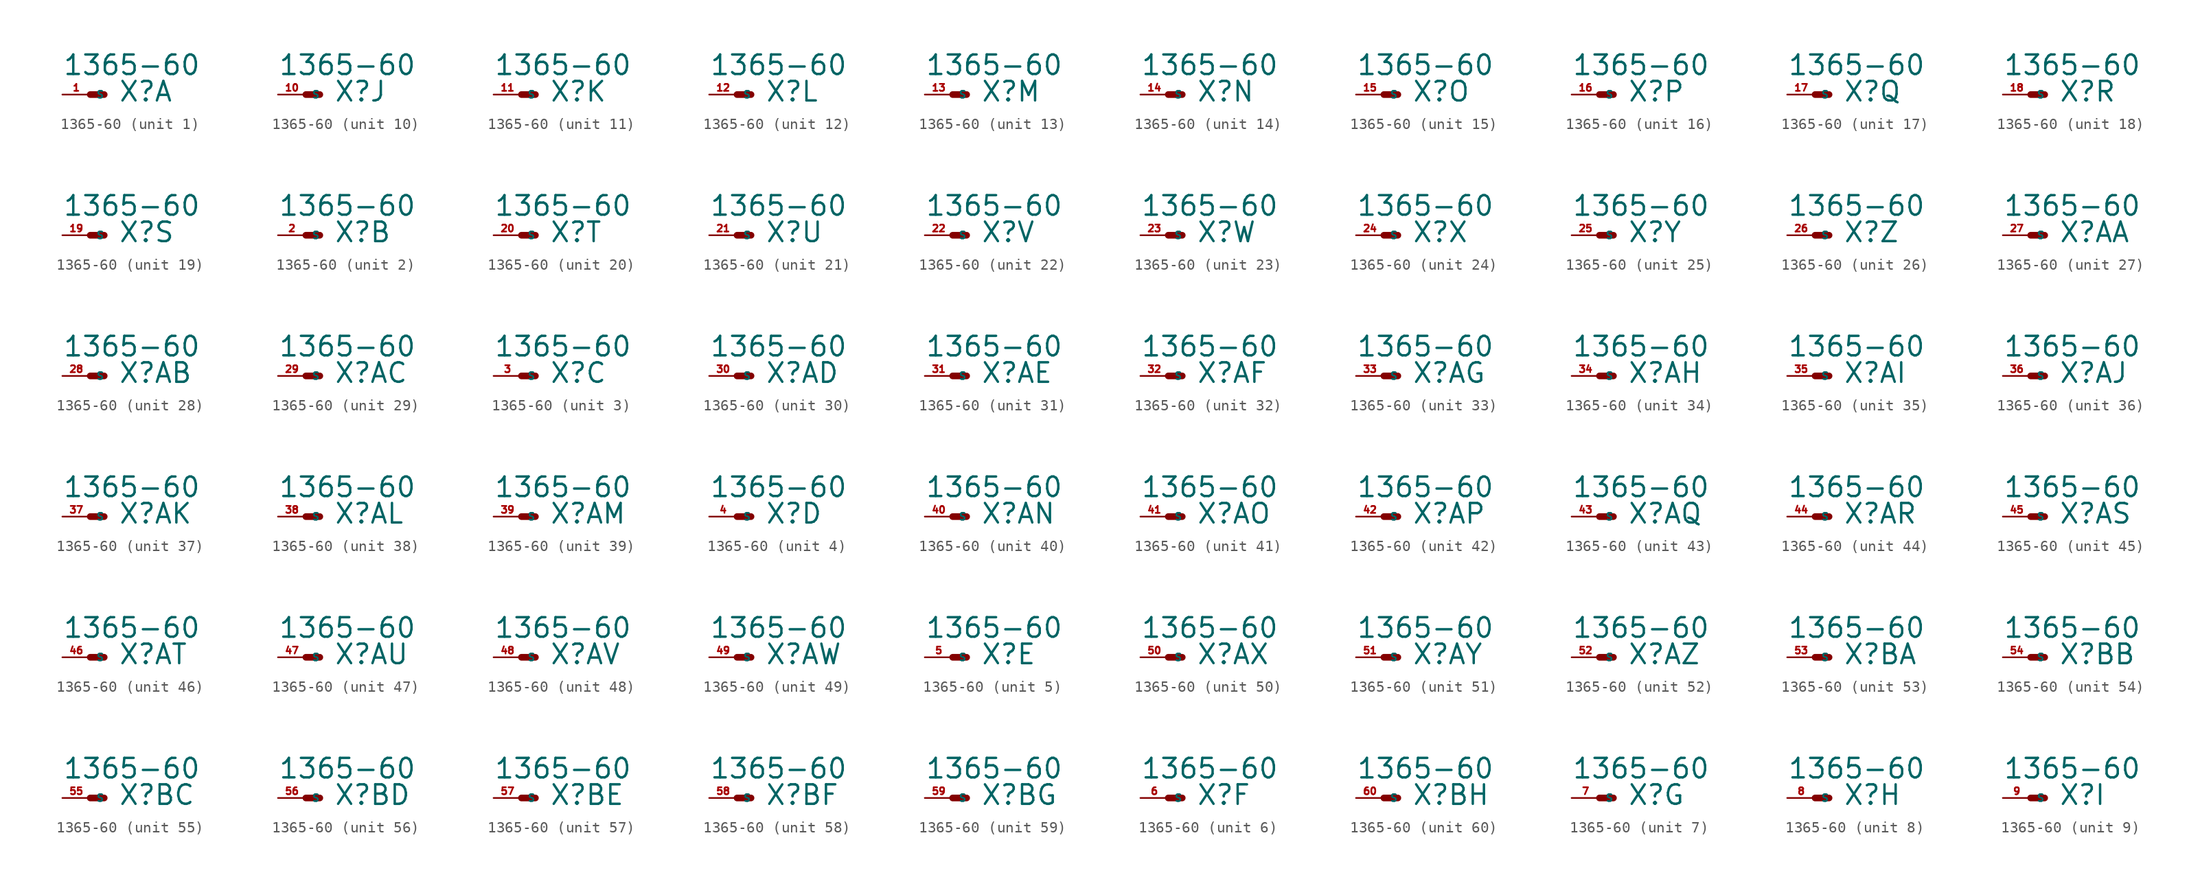
<source format=kicad_sym>
(kicad_symbol_lib
  (version 20220914)
  (generator Eagle2Kicad)
  (symbol "1365-60"
    (property "Reference" "X"
      (at 2.54 -0.762 0)
      (effects (font (size 1.778 1.778) (thickness 0.22)) (justify left bottom)))
    (property "Value" "1365-60"
      (at -2.54 1.651 0)
      (effects (font (size 1.778 1.778) (thickness 0.22)) (justify left bottom)))
    (symbol "1365-60_1_0"
      (polyline (pts (xy 0 0) (xy 1.27 0)) (stroke (width 0.61) (type default)) (fill (type none)))
      (pin passive line (at -2.54 0 0) (length 2.54) (name "S" (effects (font (size 0.635 0.635) (thickness 0.08)) (justify left bottom))) (number "1" (effects (font (size 0.635 0.635) (thickness 0.08)) (justify left bottom)))))
    (symbol "1365-60_2_0"
      (polyline (pts (xy 0 0) (xy 1.27 0)) (stroke (width 0.61) (type default)) (fill (type none)))
      (pin passive line (at -2.54 0 0) (length 2.54) (name "S" (effects (font (size 0.635 0.635) (thickness 0.08)) (justify left bottom))) (number "2" (effects (font (size 0.635 0.635) (thickness 0.08)) (justify left bottom)))))
    (symbol "1365-60_3_0"
      (polyline (pts (xy 0 0) (xy 1.27 0)) (stroke (width 0.61) (type default)) (fill (type none)))
      (pin passive line (at -2.54 0 0) (length 2.54) (name "S" (effects (font (size 0.635 0.635) (thickness 0.08)) (justify left bottom))) (number "3" (effects (font (size 0.635 0.635) (thickness 0.08)) (justify left bottom)))))
    (symbol "1365-60_4_0"
      (polyline (pts (xy 0 0) (xy 1.27 0)) (stroke (width 0.61) (type default)) (fill (type none)))
      (pin passive line (at -2.54 0 0) (length 2.54) (name "S" (effects (font (size 0.635 0.635) (thickness 0.08)) (justify left bottom))) (number "4" (effects (font (size 0.635 0.635) (thickness 0.08)) (justify left bottom)))))
    (symbol "1365-60_5_0"
      (polyline (pts (xy 0 0) (xy 1.27 0)) (stroke (width 0.61) (type default)) (fill (type none)))
      (pin passive line (at -2.54 0 0) (length 2.54) (name "S" (effects (font (size 0.635 0.635) (thickness 0.08)) (justify left bottom))) (number "5" (effects (font (size 0.635 0.635) (thickness 0.08)) (justify left bottom)))))
    (symbol "1365-60_6_0"
      (polyline (pts (xy 0 0) (xy 1.27 0)) (stroke (width 0.61) (type default)) (fill (type none)))
      (pin passive line (at -2.54 0 0) (length 2.54) (name "S" (effects (font (size 0.635 0.635) (thickness 0.08)) (justify left bottom))) (number "6" (effects (font (size 0.635 0.635) (thickness 0.08)) (justify left bottom)))))
    (symbol "1365-60_7_0"
      (polyline (pts (xy 0 0) (xy 1.27 0)) (stroke (width 0.61) (type default)) (fill (type none)))
      (pin passive line (at -2.54 0 0) (length 2.54) (name "S" (effects (font (size 0.635 0.635) (thickness 0.08)) (justify left bottom))) (number "7" (effects (font (size 0.635 0.635) (thickness 0.08)) (justify left bottom)))))
    (symbol "1365-60_8_0"
      (polyline (pts (xy 0 0) (xy 1.27 0)) (stroke (width 0.61) (type default)) (fill (type none)))
      (pin passive line (at -2.54 0 0) (length 2.54) (name "S" (effects (font (size 0.635 0.635) (thickness 0.08)) (justify left bottom))) (number "8" (effects (font (size 0.635 0.635) (thickness 0.08)) (justify left bottom)))))
    (symbol "1365-60_9_0"
      (polyline (pts (xy 0 0) (xy 1.27 0)) (stroke (width 0.61) (type default)) (fill (type none)))
      (pin passive line (at -2.54 0 0) (length 2.54) (name "S" (effects (font (size 0.635 0.635) (thickness 0.08)) (justify left bottom))) (number "9" (effects (font (size 0.635 0.635) (thickness 0.08)) (justify left bottom)))))
    (symbol "1365-60_10_0"
      (polyline (pts (xy 0 0) (xy 1.27 0)) (stroke (width 0.61) (type default)) (fill (type none)))
      (pin passive line (at -2.54 0 0) (length 2.54) (name "S" (effects (font (size 0.635 0.635) (thickness 0.08)) (justify left bottom))) (number "10" (effects (font (size 0.635 0.635) (thickness 0.08)) (justify left bottom)))))
    (symbol "1365-60_11_0"
      (polyline (pts (xy 0 0) (xy 1.27 0)) (stroke (width 0.61) (type default)) (fill (type none)))
      (pin passive line (at -2.54 0 0) (length 2.54) (name "S" (effects (font (size 0.635 0.635) (thickness 0.08)) (justify left bottom))) (number "11" (effects (font (size 0.635 0.635) (thickness 0.08)) (justify left bottom)))))
    (symbol "1365-60_12_0"
      (polyline (pts (xy 0 0) (xy 1.27 0)) (stroke (width 0.61) (type default)) (fill (type none)))
      (pin passive line (at -2.54 0 0) (length 2.54) (name "S" (effects (font (size 0.635 0.635) (thickness 0.08)) (justify left bottom))) (number "12" (effects (font (size 0.635 0.635) (thickness 0.08)) (justify left bottom)))))
    (symbol "1365-60_13_0"
      (polyline (pts (xy 0 0) (xy 1.27 0)) (stroke (width 0.61) (type default)) (fill (type none)))
      (pin passive line (at -2.54 0 0) (length 2.54) (name "S" (effects (font (size 0.635 0.635) (thickness 0.08)) (justify left bottom))) (number "13" (effects (font (size 0.635 0.635) (thickness 0.08)) (justify left bottom)))))
    (symbol "1365-60_14_0"
      (polyline (pts (xy 0 0) (xy 1.27 0)) (stroke (width 0.61) (type default)) (fill (type none)))
      (pin passive line (at -2.54 0 0) (length 2.54) (name "S" (effects (font (size 0.635 0.635) (thickness 0.08)) (justify left bottom))) (number "14" (effects (font (size 0.635 0.635) (thickness 0.08)) (justify left bottom)))))
    (symbol "1365-60_15_0"
      (polyline (pts (xy 0 0) (xy 1.27 0)) (stroke (width 0.61) (type default)) (fill (type none)))
      (pin passive line (at -2.54 0 0) (length 2.54) (name "S" (effects (font (size 0.635 0.635) (thickness 0.08)) (justify left bottom))) (number "15" (effects (font (size 0.635 0.635) (thickness 0.08)) (justify left bottom)))))
    (symbol "1365-60_16_0"
      (polyline (pts (xy 0 0) (xy 1.27 0)) (stroke (width 0.61) (type default)) (fill (type none)))
      (pin passive line (at -2.54 0 0) (length 2.54) (name "S" (effects (font (size 0.635 0.635) (thickness 0.08)) (justify left bottom))) (number "16" (effects (font (size 0.635 0.635) (thickness 0.08)) (justify left bottom)))))
    (symbol "1365-60_17_0"
      (polyline (pts (xy 0 0) (xy 1.27 0)) (stroke (width 0.61) (type default)) (fill (type none)))
      (pin passive line (at -2.54 0 0) (length 2.54) (name "S" (effects (font (size 0.635 0.635) (thickness 0.08)) (justify left bottom))) (number "17" (effects (font (size 0.635 0.635) (thickness 0.08)) (justify left bottom)))))
    (symbol "1365-60_18_0"
      (polyline (pts (xy 0 0) (xy 1.27 0)) (stroke (width 0.61) (type default)) (fill (type none)))
      (pin passive line (at -2.54 0 0) (length 2.54) (name "S" (effects (font (size 0.635 0.635) (thickness 0.08)) (justify left bottom))) (number "18" (effects (font (size 0.635 0.635) (thickness 0.08)) (justify left bottom)))))
    (symbol "1365-60_19_0"
      (polyline (pts (xy 0 0) (xy 1.27 0)) (stroke (width 0.61) (type default)) (fill (type none)))
      (pin passive line (at -2.54 0 0) (length 2.54) (name "S" (effects (font (size 0.635 0.635) (thickness 0.08)) (justify left bottom))) (number "19" (effects (font (size 0.635 0.635) (thickness 0.08)) (justify left bottom)))))
    (symbol "1365-60_20_0"
      (polyline (pts (xy 0 0) (xy 1.27 0)) (stroke (width 0.61) (type default)) (fill (type none)))
      (pin passive line (at -2.54 0 0) (length 2.54) (name "S" (effects (font (size 0.635 0.635) (thickness 0.08)) (justify left bottom))) (number "20" (effects (font (size 0.635 0.635) (thickness 0.08)) (justify left bottom)))))
    (symbol "1365-60_21_0"
      (polyline (pts (xy 0 0) (xy 1.27 0)) (stroke (width 0.61) (type default)) (fill (type none)))
      (pin passive line (at -2.54 0 0) (length 2.54) (name "S" (effects (font (size 0.635 0.635) (thickness 0.08)) (justify left bottom))) (number "21" (effects (font (size 0.635 0.635) (thickness 0.08)) (justify left bottom)))))
    (symbol "1365-60_22_0"
      (polyline (pts (xy 0 0) (xy 1.27 0)) (stroke (width 0.61) (type default)) (fill (type none)))
      (pin passive line (at -2.54 0 0) (length 2.54) (name "S" (effects (font (size 0.635 0.635) (thickness 0.08)) (justify left bottom))) (number "22" (effects (font (size 0.635 0.635) (thickness 0.08)) (justify left bottom)))))
    (symbol "1365-60_23_0"
      (polyline (pts (xy 0 0) (xy 1.27 0)) (stroke (width 0.61) (type default)) (fill (type none)))
      (pin passive line (at -2.54 0 0) (length 2.54) (name "S" (effects (font (size 0.635 0.635) (thickness 0.08)) (justify left bottom))) (number "23" (effects (font (size 0.635 0.635) (thickness 0.08)) (justify left bottom)))))
    (symbol "1365-60_24_0"
      (polyline (pts (xy 0 0) (xy 1.27 0)) (stroke (width 0.61) (type default)) (fill (type none)))
      (pin passive line (at -2.54 0 0) (length 2.54) (name "S" (effects (font (size 0.635 0.635) (thickness 0.08)) (justify left bottom))) (number "24" (effects (font (size 0.635 0.635) (thickness 0.08)) (justify left bottom)))))
    (symbol "1365-60_25_0"
      (polyline (pts (xy 0 0) (xy 1.27 0)) (stroke (width 0.61) (type default)) (fill (type none)))
      (pin passive line (at -2.54 0 0) (length 2.54) (name "S" (effects (font (size 0.635 0.635) (thickness 0.08)) (justify left bottom))) (number "25" (effects (font (size 0.635 0.635) (thickness 0.08)) (justify left bottom)))))
    (symbol "1365-60_26_0"
      (polyline (pts (xy 0 0) (xy 1.27 0)) (stroke (width 0.61) (type default)) (fill (type none)))
      (pin passive line (at -2.54 0 0) (length 2.54) (name "S" (effects (font (size 0.635 0.635) (thickness 0.08)) (justify left bottom))) (number "26" (effects (font (size 0.635 0.635) (thickness 0.08)) (justify left bottom)))))
    (symbol "1365-60_27_0"
      (polyline (pts (xy 0 0) (xy 1.27 0)) (stroke (width 0.61) (type default)) (fill (type none)))
      (pin passive line (at -2.54 0 0) (length 2.54) (name "S" (effects (font (size 0.635 0.635) (thickness 0.08)) (justify left bottom))) (number "27" (effects (font (size 0.635 0.635) (thickness 0.08)) (justify left bottom)))))
    (symbol "1365-60_28_0"
      (polyline (pts (xy 0 0) (xy 1.27 0)) (stroke (width 0.61) (type default)) (fill (type none)))
      (pin passive line (at -2.54 0 0) (length 2.54) (name "S" (effects (font (size 0.635 0.635) (thickness 0.08)) (justify left bottom))) (number "28" (effects (font (size 0.635 0.635) (thickness 0.08)) (justify left bottom)))))
    (symbol "1365-60_29_0"
      (polyline (pts (xy 0 0) (xy 1.27 0)) (stroke (width 0.61) (type default)) (fill (type none)))
      (pin passive line (at -2.54 0 0) (length 2.54) (name "S" (effects (font (size 0.635 0.635) (thickness 0.08)) (justify left bottom))) (number "29" (effects (font (size 0.635 0.635) (thickness 0.08)) (justify left bottom)))))
    (symbol "1365-60_30_0"
      (polyline (pts (xy 0 0) (xy 1.27 0)) (stroke (width 0.61) (type default)) (fill (type none)))
      (pin passive line (at -2.54 0 0) (length 2.54) (name "S" (effects (font (size 0.635 0.635) (thickness 0.08)) (justify left bottom))) (number "30" (effects (font (size 0.635 0.635) (thickness 0.08)) (justify left bottom)))))
    (symbol "1365-60_31_0"
      (polyline (pts (xy 0 0) (xy 1.27 0)) (stroke (width 0.61) (type default)) (fill (type none)))
      (pin passive line (at -2.54 0 0) (length 2.54) (name "S" (effects (font (size 0.635 0.635) (thickness 0.08)) (justify left bottom))) (number "31" (effects (font (size 0.635 0.635) (thickness 0.08)) (justify left bottom)))))
    (symbol "1365-60_32_0"
      (polyline (pts (xy 0 0) (xy 1.27 0)) (stroke (width 0.61) (type default)) (fill (type none)))
      (pin passive line (at -2.54 0 0) (length 2.54) (name "S" (effects (font (size 0.635 0.635) (thickness 0.08)) (justify left bottom))) (number "32" (effects (font (size 0.635 0.635) (thickness 0.08)) (justify left bottom)))))
    (symbol "1365-60_33_0"
      (polyline (pts (xy 0 0) (xy 1.27 0)) (stroke (width 0.61) (type default)) (fill (type none)))
      (pin passive line (at -2.54 0 0) (length 2.54) (name "S" (effects (font (size 0.635 0.635) (thickness 0.08)) (justify left bottom))) (number "33" (effects (font (size 0.635 0.635) (thickness 0.08)) (justify left bottom)))))
    (symbol "1365-60_34_0"
      (polyline (pts (xy 0 0) (xy 1.27 0)) (stroke (width 0.61) (type default)) (fill (type none)))
      (pin passive line (at -2.54 0 0) (length 2.54) (name "S" (effects (font (size 0.635 0.635) (thickness 0.08)) (justify left bottom))) (number "34" (effects (font (size 0.635 0.635) (thickness 0.08)) (justify left bottom)))))
    (symbol "1365-60_35_0"
      (polyline (pts (xy 0 0) (xy 1.27 0)) (stroke (width 0.61) (type default)) (fill (type none)))
      (pin passive line (at -2.54 0 0) (length 2.54) (name "S" (effects (font (size 0.635 0.635) (thickness 0.08)) (justify left bottom))) (number "35" (effects (font (size 0.635 0.635) (thickness 0.08)) (justify left bottom)))))
    (symbol "1365-60_36_0"
      (polyline (pts (xy 0 0) (xy 1.27 0)) (stroke (width 0.61) (type default)) (fill (type none)))
      (pin passive line (at -2.54 0 0) (length 2.54) (name "S" (effects (font (size 0.635 0.635) (thickness 0.08)) (justify left bottom))) (number "36" (effects (font (size 0.635 0.635) (thickness 0.08)) (justify left bottom)))))
    (symbol "1365-60_37_0"
      (polyline (pts (xy 0 0) (xy 1.27 0)) (stroke (width 0.61) (type default)) (fill (type none)))
      (pin passive line (at -2.54 0 0) (length 2.54) (name "S" (effects (font (size 0.635 0.635) (thickness 0.08)) (justify left bottom))) (number "37" (effects (font (size 0.635 0.635) (thickness 0.08)) (justify left bottom)))))
    (symbol "1365-60_38_0"
      (polyline (pts (xy 0 0) (xy 1.27 0)) (stroke (width 0.61) (type default)) (fill (type none)))
      (pin passive line (at -2.54 0 0) (length 2.54) (name "S" (effects (font (size 0.635 0.635) (thickness 0.08)) (justify left bottom))) (number "38" (effects (font (size 0.635 0.635) (thickness 0.08)) (justify left bottom)))))
    (symbol "1365-60_39_0"
      (polyline (pts (xy 0 0) (xy 1.27 0)) (stroke (width 0.61) (type default)) (fill (type none)))
      (pin passive line (at -2.54 0 0) (length 2.54) (name "S" (effects (font (size 0.635 0.635) (thickness 0.08)) (justify left bottom))) (number "39" (effects (font (size 0.635 0.635) (thickness 0.08)) (justify left bottom)))))
    (symbol "1365-60_40_0"
      (polyline (pts (xy 0 0) (xy 1.27 0)) (stroke (width 0.61) (type default)) (fill (type none)))
      (pin passive line (at -2.54 0 0) (length 2.54) (name "S" (effects (font (size 0.635 0.635) (thickness 0.08)) (justify left bottom))) (number "40" (effects (font (size 0.635 0.635) (thickness 0.08)) (justify left bottom)))))
    (symbol "1365-60_41_0"
      (polyline (pts (xy 0 0) (xy 1.27 0)) (stroke (width 0.61) (type default)) (fill (type none)))
      (pin passive line (at -2.54 0 0) (length 2.54) (name "S" (effects (font (size 0.635 0.635) (thickness 0.08)) (justify left bottom))) (number "41" (effects (font (size 0.635 0.635) (thickness 0.08)) (justify left bottom)))))
    (symbol "1365-60_42_0"
      (polyline (pts (xy 0 0) (xy 1.27 0)) (stroke (width 0.61) (type default)) (fill (type none)))
      (pin passive line (at -2.54 0 0) (length 2.54) (name "S" (effects (font (size 0.635 0.635) (thickness 0.08)) (justify left bottom))) (number "42" (effects (font (size 0.635 0.635) (thickness 0.08)) (justify left bottom)))))
    (symbol "1365-60_43_0"
      (polyline (pts (xy 0 0) (xy 1.27 0)) (stroke (width 0.61) (type default)) (fill (type none)))
      (pin passive line (at -2.54 0 0) (length 2.54) (name "S" (effects (font (size 0.635 0.635) (thickness 0.08)) (justify left bottom))) (number "43" (effects (font (size 0.635 0.635) (thickness 0.08)) (justify left bottom)))))
    (symbol "1365-60_44_0"
      (polyline (pts (xy 0 0) (xy 1.27 0)) (stroke (width 0.61) (type default)) (fill (type none)))
      (pin passive line (at -2.54 0 0) (length 2.54) (name "S" (effects (font (size 0.635 0.635) (thickness 0.08)) (justify left bottom))) (number "44" (effects (font (size 0.635 0.635) (thickness 0.08)) (justify left bottom)))))
    (symbol "1365-60_45_0"
      (polyline (pts (xy 0 0) (xy 1.27 0)) (stroke (width 0.61) (type default)) (fill (type none)))
      (pin passive line (at -2.54 0 0) (length 2.54) (name "S" (effects (font (size 0.635 0.635) (thickness 0.08)) (justify left bottom))) (number "45" (effects (font (size 0.635 0.635) (thickness 0.08)) (justify left bottom)))))
    (symbol "1365-60_46_0"
      (polyline (pts (xy 0 0) (xy 1.27 0)) (stroke (width 0.61) (type default)) (fill (type none)))
      (pin passive line (at -2.54 0 0) (length 2.54) (name "S" (effects (font (size 0.635 0.635) (thickness 0.08)) (justify left bottom))) (number "46" (effects (font (size 0.635 0.635) (thickness 0.08)) (justify left bottom)))))
    (symbol "1365-60_47_0"
      (polyline (pts (xy 0 0) (xy 1.27 0)) (stroke (width 0.61) (type default)) (fill (type none)))
      (pin passive line (at -2.54 0 0) (length 2.54) (name "S" (effects (font (size 0.635 0.635) (thickness 0.08)) (justify left bottom))) (number "47" (effects (font (size 0.635 0.635) (thickness 0.08)) (justify left bottom)))))
    (symbol "1365-60_48_0"
      (polyline (pts (xy 0 0) (xy 1.27 0)) (stroke (width 0.61) (type default)) (fill (type none)))
      (pin passive line (at -2.54 0 0) (length 2.54) (name "S" (effects (font (size 0.635 0.635) (thickness 0.08)) (justify left bottom))) (number "48" (effects (font (size 0.635 0.635) (thickness 0.08)) (justify left bottom)))))
    (symbol "1365-60_49_0"
      (polyline (pts (xy 0 0) (xy 1.27 0)) (stroke (width 0.61) (type default)) (fill (type none)))
      (pin passive line (at -2.54 0 0) (length 2.54) (name "S" (effects (font (size 0.635 0.635) (thickness 0.08)) (justify left bottom))) (number "49" (effects (font (size 0.635 0.635) (thickness 0.08)) (justify left bottom)))))
    (symbol "1365-60_50_0"
      (polyline (pts (xy 0 0) (xy 1.27 0)) (stroke (width 0.61) (type default)) (fill (type none)))
      (pin passive line (at -2.54 0 0) (length 2.54) (name "S" (effects (font (size 0.635 0.635) (thickness 0.08)) (justify left bottom))) (number "50" (effects (font (size 0.635 0.635) (thickness 0.08)) (justify left bottom)))))
    (symbol "1365-60_51_0"
      (polyline (pts (xy 0 0) (xy 1.27 0)) (stroke (width 0.61) (type default)) (fill (type none)))
      (pin passive line (at -2.54 0 0) (length 2.54) (name "S" (effects (font (size 0.635 0.635) (thickness 0.08)) (justify left bottom))) (number "51" (effects (font (size 0.635 0.635) (thickness 0.08)) (justify left bottom)))))
    (symbol "1365-60_52_0"
      (polyline (pts (xy 0 0) (xy 1.27 0)) (stroke (width 0.61) (type default)) (fill (type none)))
      (pin passive line (at -2.54 0 0) (length 2.54) (name "S" (effects (font (size 0.635 0.635) (thickness 0.08)) (justify left bottom))) (number "52" (effects (font (size 0.635 0.635) (thickness 0.08)) (justify left bottom)))))
    (symbol "1365-60_53_0"
      (polyline (pts (xy 0 0) (xy 1.27 0)) (stroke (width 0.61) (type default)) (fill (type none)))
      (pin passive line (at -2.54 0 0) (length 2.54) (name "S" (effects (font (size 0.635 0.635) (thickness 0.08)) (justify left bottom))) (number "53" (effects (font (size 0.635 0.635) (thickness 0.08)) (justify left bottom)))))
    (symbol "1365-60_54_0"
      (polyline (pts (xy 0 0) (xy 1.27 0)) (stroke (width 0.61) (type default)) (fill (type none)))
      (pin passive line (at -2.54 0 0) (length 2.54) (name "S" (effects (font (size 0.635 0.635) (thickness 0.08)) (justify left bottom))) (number "54" (effects (font (size 0.635 0.635) (thickness 0.08)) (justify left bottom)))))
    (symbol "1365-60_55_0"
      (polyline (pts (xy 0 0) (xy 1.27 0)) (stroke (width 0.61) (type default)) (fill (type none)))
      (pin passive line (at -2.54 0 0) (length 2.54) (name "S" (effects (font (size 0.635 0.635) (thickness 0.08)) (justify left bottom))) (number "55" (effects (font (size 0.635 0.635) (thickness 0.08)) (justify left bottom)))))
    (symbol "1365-60_56_0"
      (polyline (pts (xy 0 0) (xy 1.27 0)) (stroke (width 0.61) (type default)) (fill (type none)))
      (pin passive line (at -2.54 0 0) (length 2.54) (name "S" (effects (font (size 0.635 0.635) (thickness 0.08)) (justify left bottom))) (number "56" (effects (font (size 0.635 0.635) (thickness 0.08)) (justify left bottom)))))
    (symbol "1365-60_57_0"
      (polyline (pts (xy 0 0) (xy 1.27 0)) (stroke (width 0.61) (type default)) (fill (type none)))
      (pin passive line (at -2.54 0 0) (length 2.54) (name "S" (effects (font (size 0.635 0.635) (thickness 0.08)) (justify left bottom))) (number "57" (effects (font (size 0.635 0.635) (thickness 0.08)) (justify left bottom)))))
    (symbol "1365-60_58_0"
      (polyline (pts (xy 0 0) (xy 1.27 0)) (stroke (width 0.61) (type default)) (fill (type none)))
      (pin passive line (at -2.54 0 0) (length 2.54) (name "S" (effects (font (size 0.635 0.635) (thickness 0.08)) (justify left bottom))) (number "58" (effects (font (size 0.635 0.635) (thickness 0.08)) (justify left bottom)))))
    (symbol "1365-60_59_0"
      (polyline (pts (xy 0 0) (xy 1.27 0)) (stroke (width 0.61) (type default)) (fill (type none)))
      (pin passive line (at -2.54 0 0) (length 2.54) (name "S" (effects (font (size 0.635 0.635) (thickness 0.08)) (justify left bottom))) (number "59" (effects (font (size 0.635 0.635) (thickness 0.08)) (justify left bottom)))))
    (symbol "1365-60_60_0"
      (polyline (pts (xy 0 0) (xy 1.27 0)) (stroke (width 0.61) (type default)) (fill (type none)))
      (pin passive line (at -2.54 0 0) (length 2.54) (name "S" (effects (font (size 0.635 0.635) (thickness 0.08)) (justify left bottom))) (number "60" (effects (font (size 0.635 0.635) (thickness 0.08)) (justify left bottom)))))))
</source>
